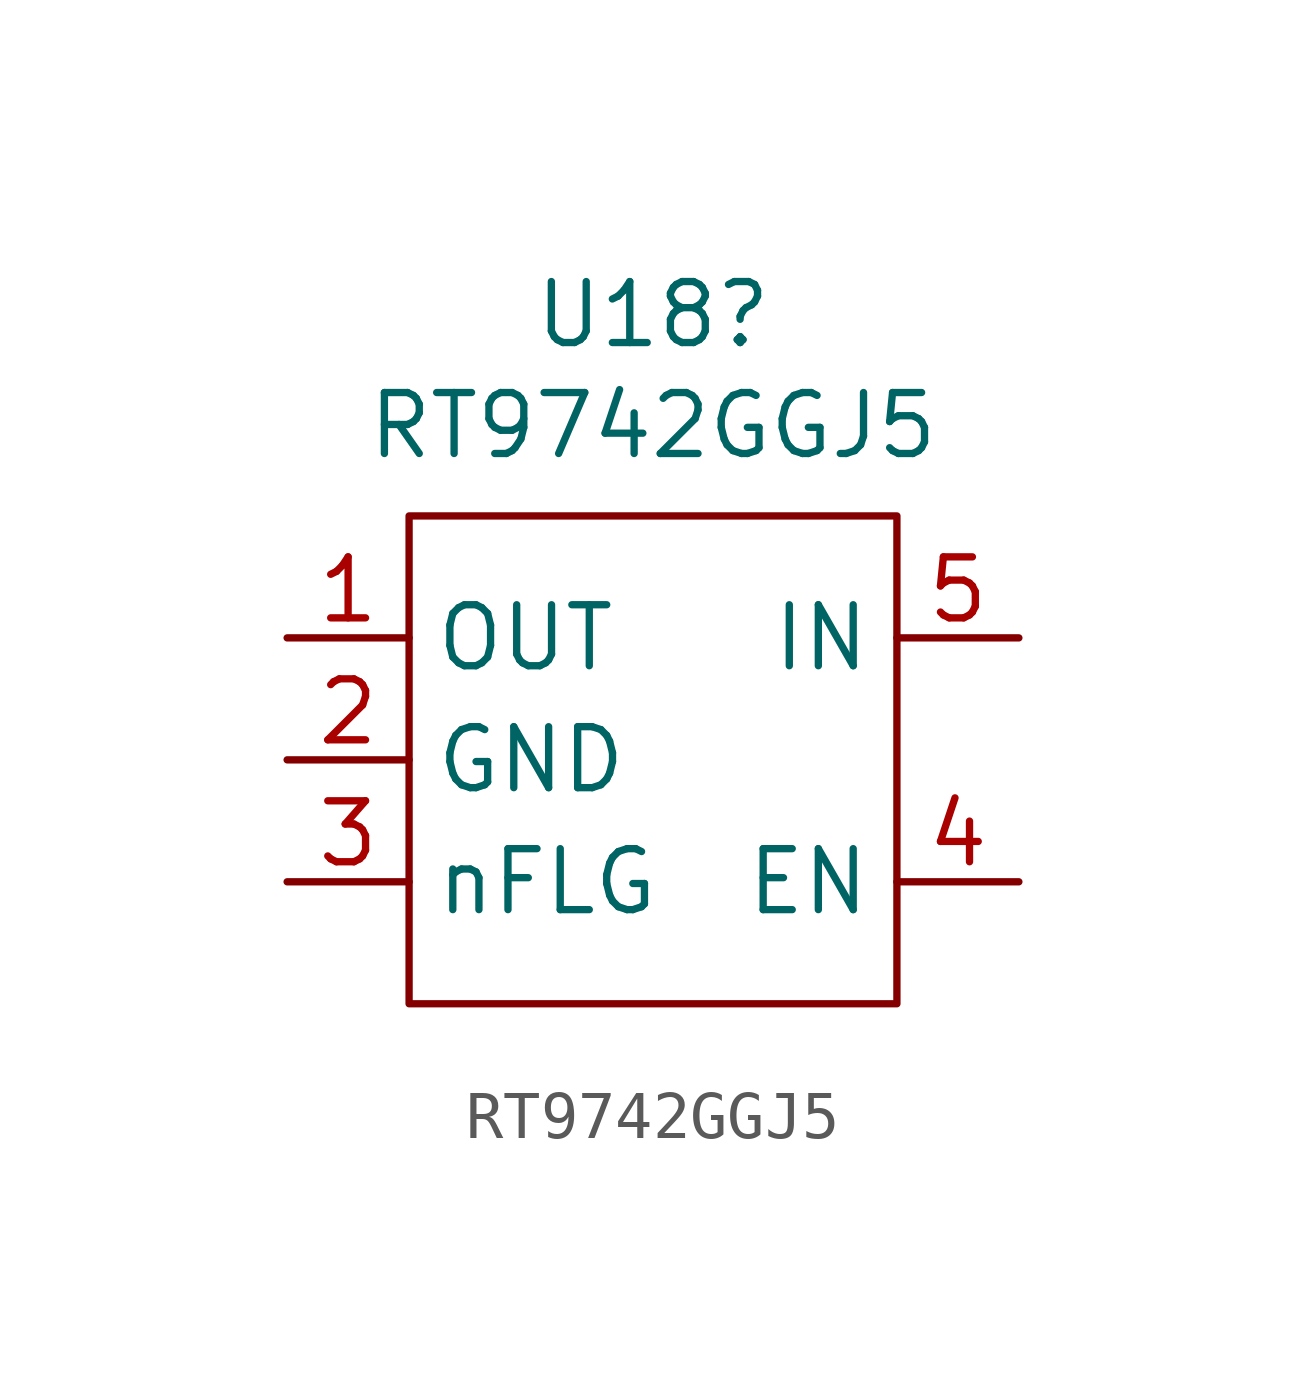
<source format=kicad_sym>
(kicad_symbol_lib
  (version 20201005)
  (generator kicad_symbol_editor)
  (symbol "CM4IO:RT9742GGJ5"
    (property "Reference" "U18"
      (at -1.27 16.891 0)
      (effects (font (size 1.27 1.27))))
    (property "Value" "RT9742GGJ5"
      (at -1.27 14.58 0)
      (effects (font (size 1.27 1.27))))
    (symbol "RT9742GGJ5_0_0"
      (pin power_out line (at -8.89 10.16 0) (length 2.54) (name "OUT" (effects (font (size 1.27 1.27)))) (number "1" (effects (font (size 1.27 1.27)))))
      (pin power_in line (at -8.89 7.62 0) (length 2.54) (name "GND" (effects (font (size 1.27 1.27)))) (number "2" (effects (font (size 1.27 1.27)))))
      (pin open_collector line (at -8.89 5.08 0) (length 2.54) (name "nFLG" (effects (font (size 1.27 1.27)))) (number "3" (effects (font (size 1.27 1.27)))))
      (pin input line (at 6.35 5.08 180) (length 2.54) (name "EN" (effects (font (size 1.27 1.27)))) (number "4" (effects (font (size 1.27 1.27)))))
      (pin power_in line (at 6.35 10.16 180) (length 2.54) (name "IN" (effects (font (size 1.27 1.27)))) (number "5" (effects (font (size 1.27 1.27))))))
    (symbol "RT9742GGJ5_0_1"
      (rectangle (start -6.35 12.7) (end 3.81 2.54) (stroke (width 0)) (fill (type none))))))
</source>
